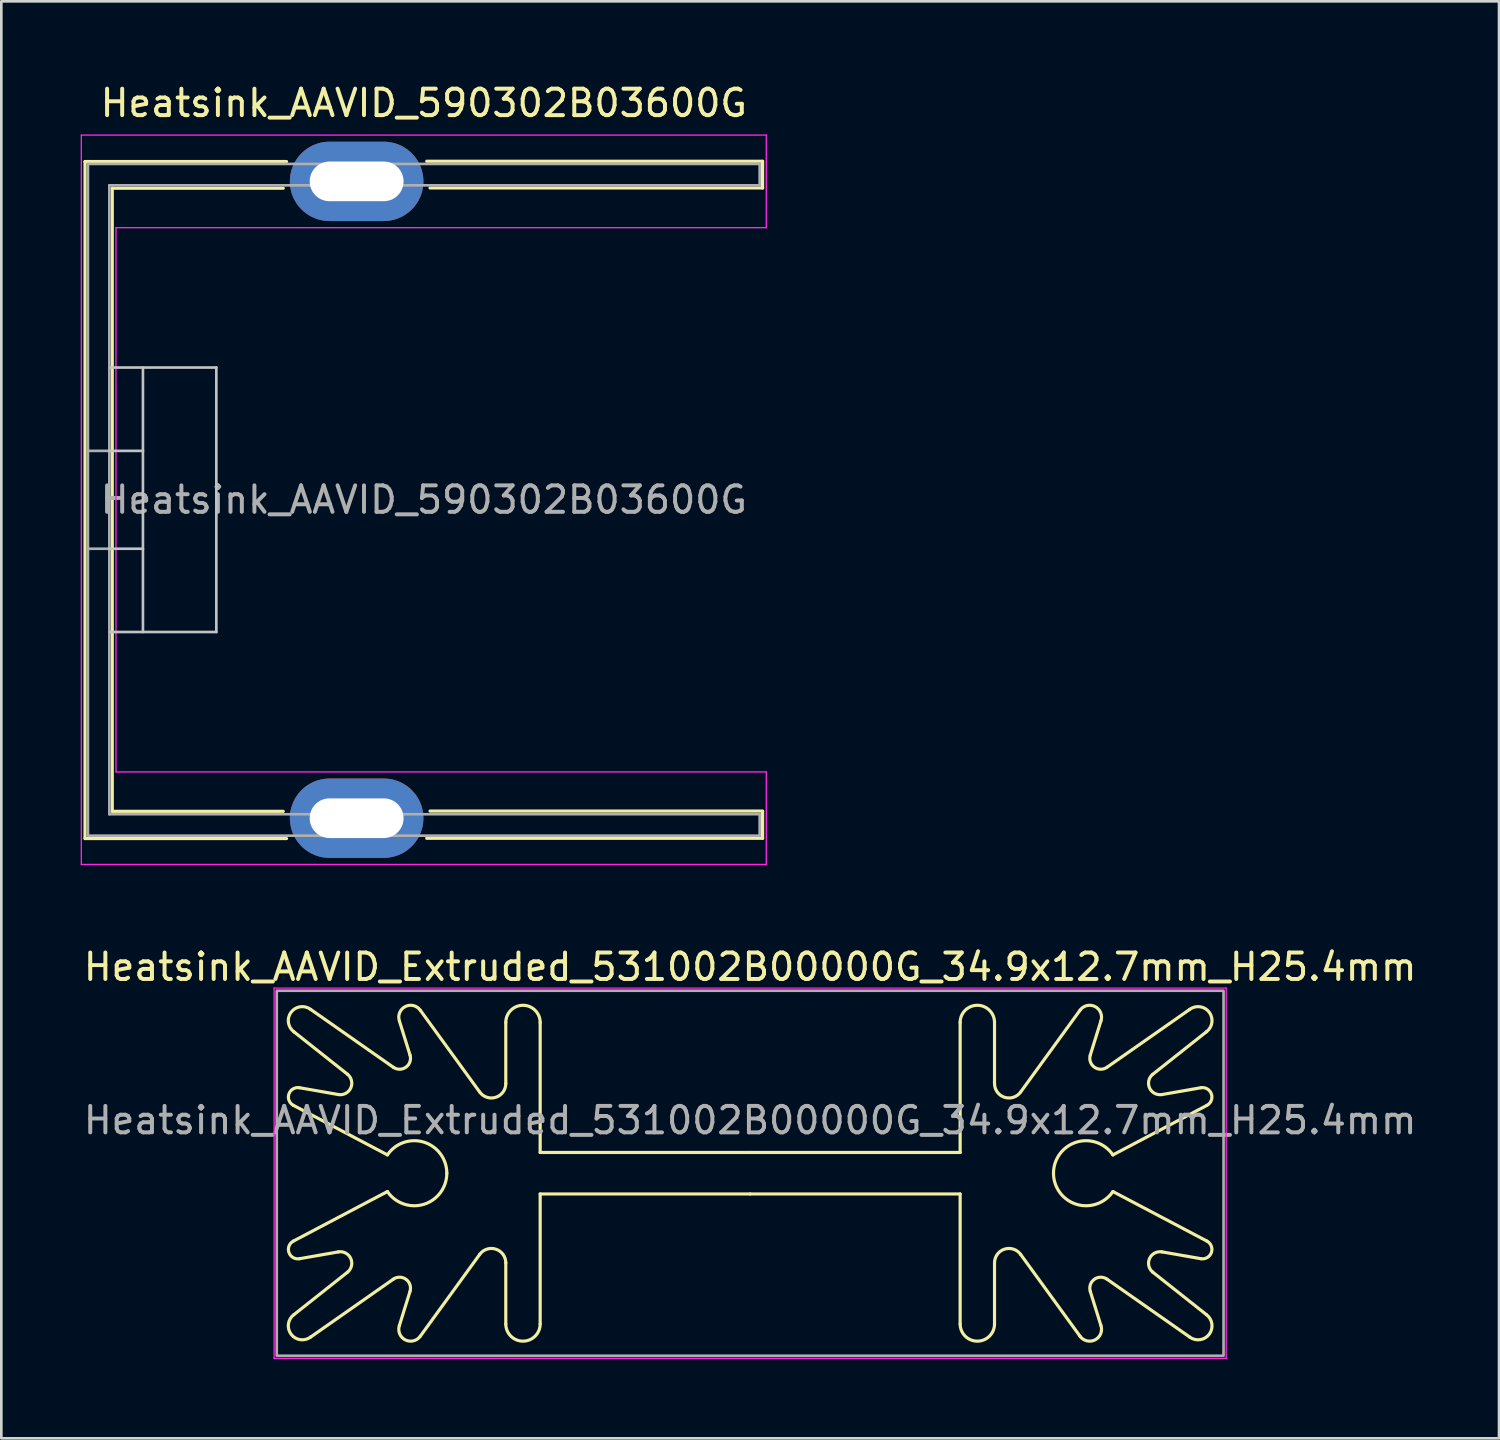
<source format=kicad_pcb>
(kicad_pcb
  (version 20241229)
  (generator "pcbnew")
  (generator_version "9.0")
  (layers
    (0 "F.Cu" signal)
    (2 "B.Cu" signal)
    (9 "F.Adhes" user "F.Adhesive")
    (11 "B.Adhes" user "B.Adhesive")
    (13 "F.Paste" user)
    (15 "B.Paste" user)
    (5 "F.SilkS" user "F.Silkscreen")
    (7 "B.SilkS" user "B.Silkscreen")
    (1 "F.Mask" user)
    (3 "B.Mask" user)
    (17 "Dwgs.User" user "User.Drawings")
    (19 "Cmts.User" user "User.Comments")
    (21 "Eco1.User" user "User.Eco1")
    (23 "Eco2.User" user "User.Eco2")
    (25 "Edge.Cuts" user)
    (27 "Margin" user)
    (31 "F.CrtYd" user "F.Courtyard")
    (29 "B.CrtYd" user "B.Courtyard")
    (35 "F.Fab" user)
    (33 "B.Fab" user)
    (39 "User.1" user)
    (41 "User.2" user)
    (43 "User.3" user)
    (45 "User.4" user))
  (footprint "Heatsink_AAVID_Extruded_531002B00000G_34.9x12.7mm_H25.4mm"
    (layer "F.Cu")
    (at 25.315 41.312)
    (property "Reference" "Heatsink_AAVID_Extruded_531002B00000G_34.9x12.7mm_H25.4mm" (at 0 -7.8 0) (layer "F.SilkS") (effects (font (size 1 1) (thickness 0.15))))
    (fp_line (start -17.251 -5.347) (end -15.22 -3.738) (stroke (width 0.12) (type default)) (layer "F.SilkS"))
    (fp_line (start -17.251 5.347) (end -15.22 3.738) (stroke (width 0.12) (type default)) (layer "F.SilkS"))
    (fp_line (start -17.041 -3.232) (end -15.573 -2.975) (stroke (width 0.12) (type default)) (layer "F.SilkS"))
    (fp_line (start -17.041 3.232) (end -15.573 2.975) (stroke (width 0.12) (type default)) (layer "F.SilkS"))
    (fp_line (start -16.62 -6.195) (end -13.494 -4.007) (stroke (width 0.12) (type default)) (layer "F.SilkS"))
    (fp_line (start -16.62 6.195) (end -13.494 4.007) (stroke (width 0.12) (type default)) (layer "F.SilkS"))
    (fp_line (start -13.716 -0.693) (end -17.269 -2.565) (stroke (width 0.12) (type default)) (layer "F.SilkS"))
    (fp_line (start -13.716 0.693) (end -17.269 2.565) (stroke (width 0.12) (type default)) (layer "F.SilkS"))
    (fp_line (start -13.262 -5.755) (end -12.861 -4.467) (stroke (width 0.12) (type default)) (layer "F.SilkS"))
    (fp_line (start -13.262 5.755) (end -12.861 4.467) (stroke (width 0.12) (type default)) (layer "F.SilkS"))
    (fp_line (start -12.474 -6.165) (end -10.227 -3.07) (stroke (width 0.12) (type default)) (layer "F.SilkS"))
    (fp_line (start -12.474 6.165) (end -10.227 3.07) (stroke (width 0.12) (type default)) (layer "F.SilkS"))
    (fp_line (start -9.24 -3.39) (end -9.24 -5.7) (stroke (width 0.12) (type default)) (layer "F.SilkS"))
    (fp_line (start -9.24 3.39) (end -9.24 5.7) (stroke (width 0.12) (type default)) (layer "F.SilkS"))
    (fp_line (start -7.94 -5.7) (end -7.94 -0.785) (stroke (width 0.12) (type default)) (layer "F.SilkS"))
    (fp_line (start -7.94 -0.785) (end 0 -0.785) (stroke (width 0.12) (type default)) (layer "F.SilkS"))
    (fp_line (start -7.94 0.785) (end 0 0.785) (stroke (width 0.12) (type default)) (layer "F.SilkS"))
    (fp_line (start -7.94 5.7) (end -7.94 0.785) (stroke (width 0.12) (type default)) (layer "F.SilkS"))
    (fp_line (start 7.94 -5.7) (end 7.94 -0.785) (stroke (width 0.12) (type default)) (layer "F.SilkS"))
    (fp_line (start 7.94 -0.785) (end 0 -0.785) (stroke (width 0.12) (type default)) (layer "F.SilkS"))
    (fp_line (start 7.94 0.785) (end 0 0.785) (stroke (width 0.12) (type default)) (layer "F.SilkS"))
    (fp_line (start 7.94 5.7) (end 7.94 0.785) (stroke (width 0.12) (type default)) (layer "F.SilkS"))
    (fp_line (start 9.24 -3.39) (end 9.24 -5.7) (stroke (width 0.12) (type default)) (layer "F.SilkS"))
    (fp_line (start 9.24 3.39) (end 9.24 5.7) (stroke (width 0.12) (type default)) (layer "F.SilkS"))
    (fp_line (start 12.474 -6.165) (end 10.227 -3.07) (stroke (width 0.12) (type default)) (layer "F.SilkS"))
    (fp_line (start 12.474 6.165) (end 10.227 3.07) (stroke (width 0.12) (type default)) (layer "F.SilkS"))
    (fp_line (start 13.262 -5.755) (end 12.861 -4.467) (stroke (width 0.12) (type default)) (layer "F.SilkS"))
    (fp_line (start 13.262 5.755) (end 12.861 4.467) (stroke (width 0.12) (type default)) (layer "F.SilkS"))
    (fp_line (start 13.716 -0.693) (end 17.269 -2.565) (stroke (width 0.12) (type default)) (layer "F.SilkS"))
    (fp_line (start 13.716 0.693) (end 17.269 2.565) (stroke (width 0.12) (type default)) (layer "F.SilkS"))
    (fp_line (start 16.62 -6.195) (end 13.494 -4.007) (stroke (width 0.12) (type default)) (layer "F.SilkS"))
    (fp_line (start 16.62 6.195) (end 13.494 4.007) (stroke (width 0.12) (type default)) (layer "F.SilkS"))
    (fp_line (start 17.041 -3.232) (end 15.573 -2.975) (stroke (width 0.12) (type default)) (layer "F.SilkS"))
    (fp_line (start 17.041 3.232) (end 15.573 2.975) (stroke (width 0.12) (type default)) (layer "F.SilkS"))
    (fp_line (start 17.251 -5.347) (end 15.22 -3.738) (stroke (width 0.12) (type default)) (layer "F.SilkS"))
    (fp_line (start 17.251 5.347) (end 15.22 3.738) (stroke (width 0.12) (type default)) (layer "F.SilkS"))
    (fp_arc (start -17.269214 -2.565036) (mid -17.440597 -2.996056) (end -17.041391 -3.232244) (stroke (width 0.12) (type default)) (layer "F.SilkS"))
    (fp_arc (start -17.251322 -5.347047) (mid -17.35513 -6.083544) (end -16.619722 -6.194806) (stroke (width 0.12) (type default)) (layer "F.SilkS"))
    (fp_arc (start -17.041391 3.232244) (mid -17.440597 2.996056) (end -17.269214 2.565036) (stroke (width 0.12) (type default)) (layer "F.SilkS"))
    (fp_arc (start -16.619722 6.194806) (mid -17.35513 6.083544) (end -17.251322 5.347047) (stroke (width 0.12) (type default)) (layer "F.SilkS"))
    (fp_arc (start -15.573285 2.975325) (mid -15.103475 3.221267) (end -15.220495 3.738486) (stroke (width 0.12) (type default)) (layer "F.SilkS"))
    (fp_arc (start -15.220495 -3.738486) (mid -15.103476 -3.221268) (end -15.573285 -2.975325) (stroke (width 0.12) (type default)) (layer "F.SilkS"))
    (fp_arc (start -13.716008 -0.693273) (mid -12.337226 -1.175286) (end -11.470001 0) (stroke (width 0.12) (type default)) (layer "F.SilkS"))
    (fp_arc (start -13.494196 4.006938) (mid -13.013649 4.011159) (end -12.86112 4.466876) (stroke (width 0.12) (type default)) (layer "F.SilkS"))
    (fp_arc (start -13.262222 -5.754806) (mid -13.044559 -6.299541) (end -12.473631 -6.164803) (stroke (width 0.12) (type default)) (layer "F.SilkS"))
    (fp_arc (start -12.86112 -4.466876) (mid -13.013649 -4.011159) (end -13.494196 -4.006938) (stroke (width 0.12) (type default)) (layer "F.SilkS"))
    (fp_arc (start -12.473631 6.164803) (mid -13.044559 6.299541) (end -13.262222 5.754806) (stroke (width 0.12) (type default)) (layer "F.SilkS"))
    (fp_arc (start -11.470001 0) (mid -12.337226 1.175286) (end -13.716008 0.693273) (stroke (width 0.12) (type default)) (layer "F.SilkS"))
    (fp_arc (start -10.227108 3.069551) (mid -9.617107 2.871094) (end -9.24 3.390015) (stroke (width 0.12) (type default)) (layer "F.SilkS"))
    (fp_arc (start -9.24 -5.700005) (mid -8.589998 -6.34999) (end -7.94 -5.7) (stroke (width 0.12) (type default)) (layer "F.SilkS"))
    (fp_arc (start -9.24 -3.390015) (mid -9.617106 -2.871091) (end -10.227108 -3.069551) (stroke (width 0.12) (type default)) (layer "F.SilkS"))
    (fp_arc (start -7.94 5.7) (mid -8.589998 6.34999) (end -9.24 5.700005) (stroke (width 0.12) (type default)) (layer "F.SilkS"))
    (fp_arc (start 7.94 -5.7) (mid 8.589997 -6.35) (end 9.24 -5.700005) (stroke (width 0.12) (type default)) (layer "F.SilkS"))
    (fp_arc (start 9.24 3.390015) (mid 9.617118 2.871065) (end 10.227108 3.069551) (stroke (width 0.12) (type default)) (layer "F.SilkS"))
    (fp_arc (start 9.24 5.700005) (mid 8.589998 6.35) (end 7.94 5.7) (stroke (width 0.12) (type default)) (layer "F.SilkS"))
    (fp_arc (start 10.227108 -3.069551) (mid 9.617136 -2.87112) (end 9.24 -3.390015) (stroke (width 0.12) (type default)) (layer "F.SilkS"))
    (fp_arc (start 11.470001 0) (mid 12.337226 -1.175284) (end 13.716008 -0.693273) (stroke (width 0.12) (type default)) (layer "F.SilkS"))
    (fp_arc (start 12.473631 -6.164803) (mid 13.044573 -6.29957) (end 13.262222 -5.754806) (stroke (width 0.12) (type default)) (layer "F.SilkS"))
    (fp_arc (start 12.86112 4.466876) (mid 13.013648 4.011156) (end 13.494196 4.006938) (stroke (width 0.12) (type default)) (layer "F.SilkS"))
    (fp_arc (start 13.262222 5.754806) (mid 13.044557 6.299538) (end 12.473631 6.164803) (stroke (width 0.12) (type default)) (layer "F.SilkS"))
    (fp_arc (start 13.494196 -4.006938) (mid 13.013654 -4.011181) (end 12.86112 -4.466876) (stroke (width 0.12) (type default)) (layer "F.SilkS"))
    (fp_arc (start 13.716008 0.693273) (mid 12.337226 1.175285) (end 11.470001 0) (stroke (width 0.12) (type default)) (layer "F.SilkS"))
    (fp_arc (start 15.220495 3.738486) (mid 15.103486 3.221284) (end 15.573285 2.975325) (stroke (width 0.12) (type default)) (layer "F.SilkS"))
    (fp_arc (start 15.573285 -2.975325) (mid 15.103462 -3.221272) (end 15.220495 -3.738486) (stroke (width 0.12) (type default)) (layer "F.SilkS"))
    (fp_arc (start 16.619722 -6.194806) (mid 17.355106 -6.08352) (end 17.251322 -5.347047) (stroke (width 0.12) (type default)) (layer "F.SilkS"))
    (fp_arc (start 17.041391 -3.232244) (mid 17.440636 -2.99603) (end 17.269214 -2.565036) (stroke (width 0.12) (type default)) (layer "F.SilkS"))
    (fp_arc (start 17.251322 5.347047) (mid 17.355097 6.083513) (end 16.619722 6.194806) (stroke (width 0.12) (type default)) (layer "F.SilkS"))
    (fp_arc (start 17.269214 2.565036) (mid 17.440597 2.996059) (end 17.041391 3.232244) (stroke (width 0.12) (type default)) (layer "F.SilkS"))
    (fp_line (start -18 -7) (end -18 7) (stroke (width 0.05) (type solid)) (layer "F.CrtYd"))
    (fp_line (start -18 -7) (end 18 -7) (stroke (width 0.05) (type solid)) (layer "F.CrtYd"))
    (fp_line (start 18 7) (end -18 7) (stroke (width 0.05) (type solid)) (layer "F.CrtYd"))
    (fp_line (start 18 7) (end 18 -7) (stroke (width 0.05) (type solid)) (layer "F.CrtYd"))
    (fp_rect (start -17.9 -6.9) (end 17.9 6.9) (stroke (width 0.1) (type default)) (fill no) (layer "F.Fab"))
    (fp_text user "${REFERENCE}" (at 0 -2 0) (layer "F.Fab") (effects (font (size 1 1) (thickness 0.15)))))
  (footprint "Heatsink_AAVID_590302B03600G"
    (layer "F.Cu")
    (at 10.435 3.808)
    (property "Reference" "Heatsink_AAVID_590302B03600G" (at 2.54 -2.96 0) (layer "F.SilkS") (effects (font (size 1 1) (thickness 0.15))))
    (attr through_hole)
    (fp_line (start -10.27 -0.75) (end -10.27 24.85) (stroke (width 0.12) (type solid)) (layer "F.SilkS"))
    (fp_line (start -10.27 -0.75) (end -2.65 -0.75) (stroke (width 0.12) (type solid)) (layer "F.SilkS"))
    (fp_line (start -10.27 24.85) (end -2.65 24.85) (stroke (width 0.12) (type solid)) (layer "F.SilkS"))
    (fp_line (start -9.24 0.26) (end -9.24 23.82) (stroke (width 0.12) (type solid)) (layer "F.SilkS"))
    (fp_line (start -9.24 0.26) (end -2.775 0.26) (stroke (width 0.12) (type solid)) (layer "F.SilkS"))
    (fp_line (start -9.24 23.82) (end -2.775 23.82) (stroke (width 0.12) (type solid)) (layer "F.SilkS"))
    (fp_line (start 2.65 -0.76) (end 15.35 -0.76) (stroke (width 0.12) (type solid)) (layer "F.SilkS"))
    (fp_line (start 2.65 24.84) (end 15.35 24.84) (stroke (width 0.12) (type solid)) (layer "F.SilkS"))
    (fp_line (start 2.775 0.25) (end 15.35 0.25) (stroke (width 0.12) (type solid)) (layer "F.SilkS"))
    (fp_line (start 2.775 23.81) (end 15.35 23.81) (stroke (width 0.12) (type solid)) (layer "F.SilkS"))
    (fp_line (start 15.35 -0.76) (end 15.35 0.25) (stroke (width 0.12) (type solid)) (layer "F.SilkS"))
    (fp_line (start 15.35 24.84) (end 15.35 23.82) (stroke (width 0.12) (type solid)) (layer "F.SilkS"))
    (fp_line (start -9.35 10.19) (end -8.08 10.19) (stroke (width 0.1) (type solid)) (layer "Dwgs.User"))
    (fp_line (start -9.35 13.89) (end -8.08 13.89) (stroke (width 0.1) (type solid)) (layer "Dwgs.User"))
    (fp_line (start -9.305 7.04) (end -5.305 7.04) (stroke (width 0.1) (type solid)) (layer "Dwgs.User"))
    (fp_line (start -8.08 7.04) (end -8.08 17.04) (stroke (width 0.1) (type solid)) (layer "Dwgs.User"))
    (fp_line (start -5.305 7.04) (end -5.305 17.04) (stroke (width 0.1) (type solid)) (layer "Dwgs.User"))
    (fp_line (start -5.305 17.04) (end -9.305 17.04) (stroke (width 0.1) (type solid)) (layer "Dwgs.User"))
    (fp_line (start -10.41 -1.75) (end -10.41 25.83) (stroke (width 0.05) (type solid)) (layer "F.CrtYd"))
    (fp_line (start -10.41 25.83) (end 15.49 25.83) (stroke (width 0.05) (type solid)) (layer "F.CrtYd"))
    (fp_line (start -9.1 1.75) (end -9.1 22.33) (stroke (width 0.05) (type solid)) (layer "F.CrtYd"))
    (fp_line (start -9.1 1.75) (end 15.49 1.75) (stroke (width 0.05) (type solid)) (layer "F.CrtYd"))
    (fp_line (start -9.1 22.33) (end 15.49 22.33) (stroke (width 0.05) (type solid)) (layer "F.CrtYd"))
    (fp_line (start 15.49 -1.75) (end -10.41 -1.75) (stroke (width 0.05) (type solid)) (layer "F.CrtYd"))
    (fp_line (start 15.49 -1.75) (end 15.49 1.75) (stroke (width 0.05) (type solid)) (layer "F.CrtYd"))
    (fp_line (start 15.49 22.33) (end 15.49 25.83) (stroke (width 0.05) (type solid)) (layer "F.CrtYd"))
    (fp_line (start -10.16 -0.66) (end -10.16 24.74) (stroke (width 0.1) (type solid)) (layer "F.Fab"))
    (fp_line (start -10.16 -0.66) (end 15.24 -0.66) (stroke (width 0.1) (type solid)) (layer "F.Fab"))
    (fp_line (start -10.15 10.19) (end -9.35 10.19) (stroke (width 0.1) (type solid)) (layer "F.Fab"))
    (fp_line (start -10.15 13.89) (end -9.35 13.89) (stroke (width 0.1) (type solid)) (layer "F.Fab"))
    (fp_line (start -9.35 0.15) (end -9.35 23.93) (stroke (width 0.1) (type solid)) (layer "F.Fab"))
    (fp_line (start -9.35 0.15) (end 15.24 0.15) (stroke (width 0.1) (type solid)) (layer "F.Fab"))
    (fp_line (start 15.24 -0.66) (end 15.24 0.15) (stroke (width 0.1) (type solid)) (layer "F.Fab"))
    (fp_line (start 15.24 23.93) (end -9.35 23.93) (stroke (width 0.1) (type solid)) (layer "F.Fab"))
    (fp_line (start 15.24 23.93) (end 15.24 24.74) (stroke (width 0.1) (type solid)) (layer "F.Fab"))
    (fp_line (start 15.24 24.74) (end -10.155 24.74) (stroke (width 0.1) (type solid)) (layer "F.Fab"))
    (fp_text user "${REFERENCE}" (at 2.54 12.04 0) (layer "F.Fab") (effects (font (size 1 1) (thickness 0.15))))
    (pad "1" thru_hole oval (at 0 0) (size 5.05 3) (drill oval 3.55 1.5) (layers "*.Cu" "*.Mask"))
    (pad "2" thru_hole oval (at 0 24.08) (size 5.05 3) (drill oval 3.55 1.5) (layers "*.Cu" "*.Mask")))
  (gr_rect
    (start -3 -3)
    (end 53.631 51.337)
    (stroke (width 0.1) (type default))
    (fill no)
    (layer "Edge.Cuts")))
</source>
